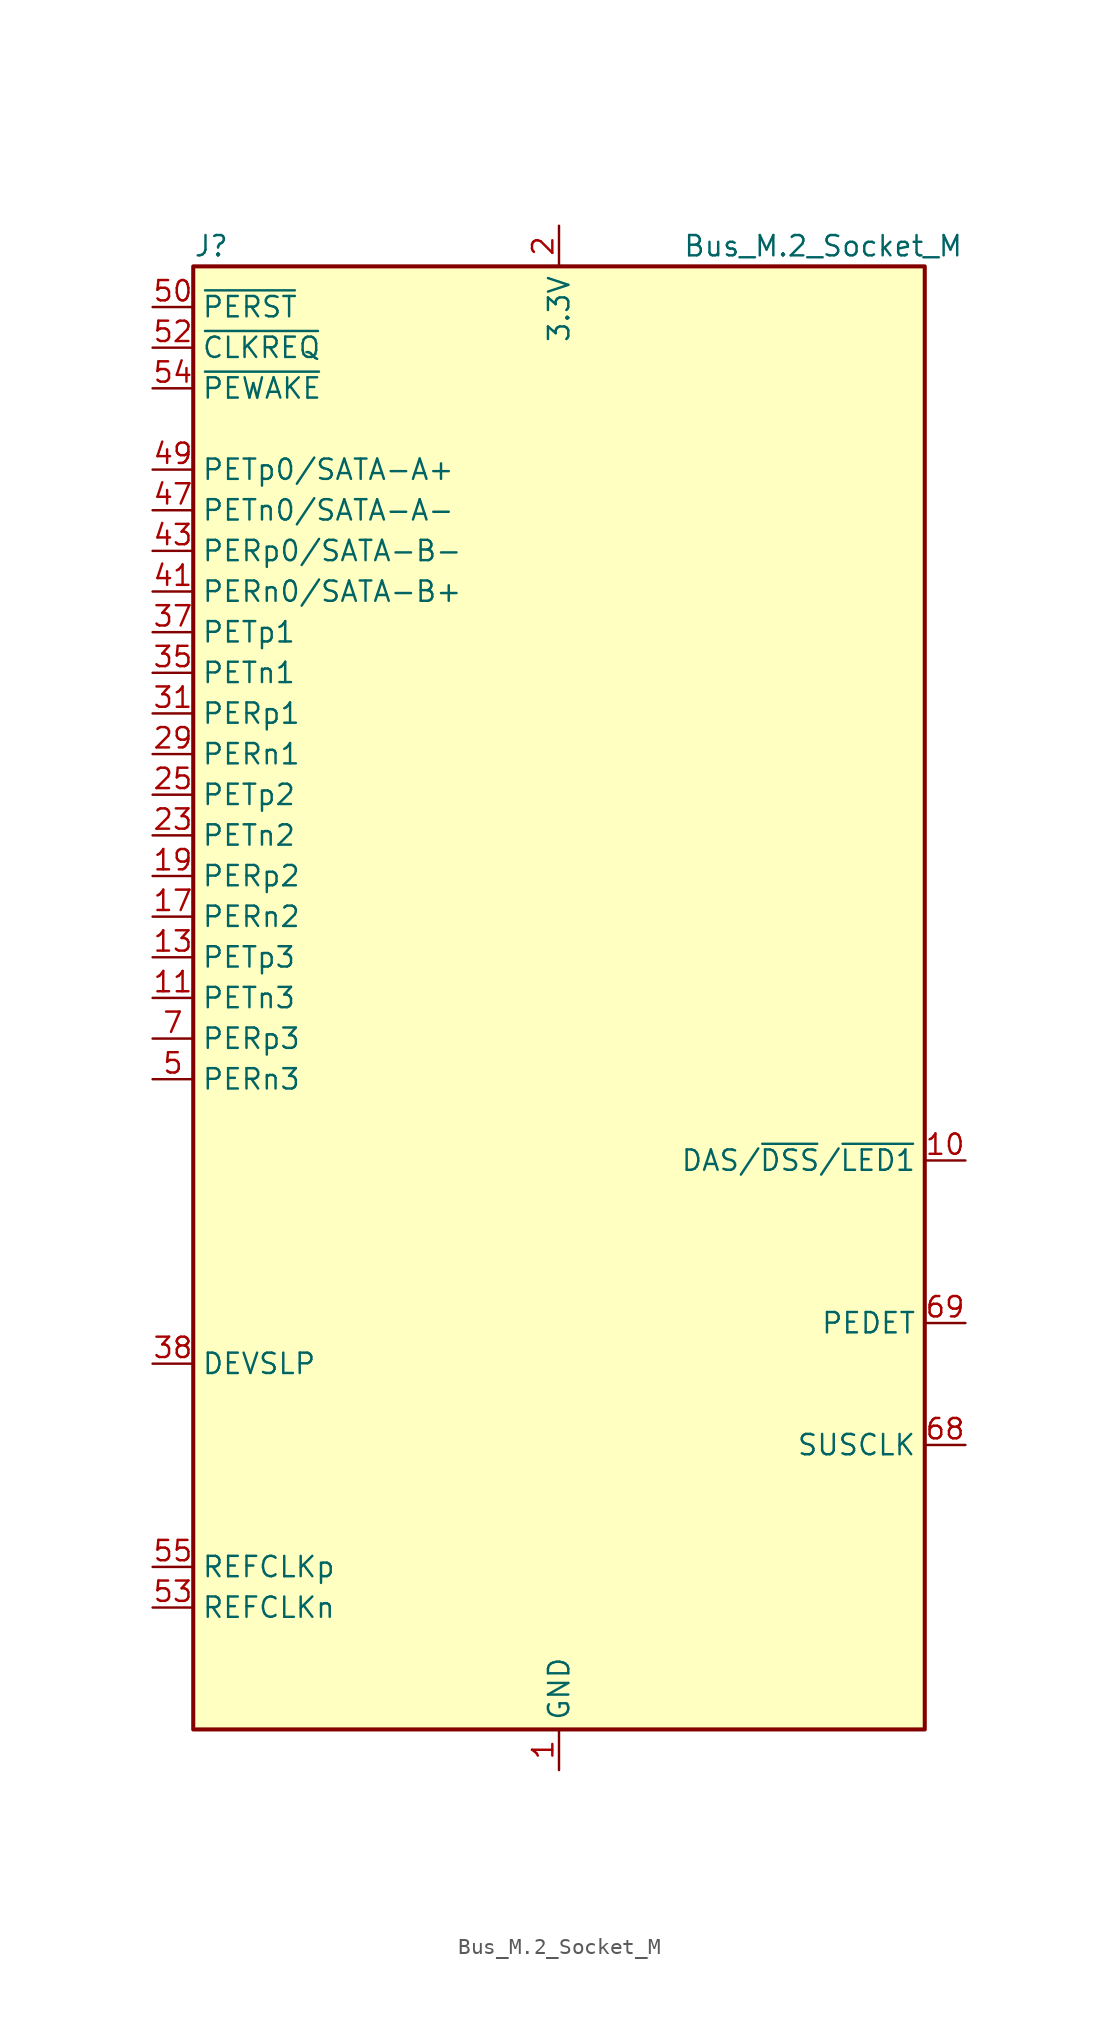
<source format=kicad_sym>
(kicad_symbol_lib
  (version 20220914)
  (generator kicad_symbol_editor)
  (symbol "Bus_M.2_Socket_M"
    (property "Reference" "J"
      (at -22.86 46.99 0)
      (effects (font (size 1.27 1.27)) (justify left)))
    (property "Value" "Bus_M.2_Socket_M"
      (at 16.51 46.99 0)
      (effects (font (size 1.27 1.27))))
    (symbol "Bus_M.2_Socket_M_0_1"
      (rectangle (start -22.86 45.72) (end 22.86 -45.72) (stroke (width 0.254) (type solid)) (fill (type background))))
    (symbol "Bus_M.2_Socket_M_1_1"
      (pin power_in line (at 0 -48.26 90) (length 2.54) (name "GND" (effects (font (size 1.27 1.27)))) (number "1" (effects (font (size 1.27 1.27)))))
      (pin bidirectional line (at 25.4 -10.16 180) (length 2.54) (name "DAS/~{DSS}/~{LED1}" (effects (font (size 1.27 1.27)))) (number "10" (effects (font (size 1.27 1.27)))))
      (pin output line (at -25.4 0 0) (length 2.54) (name "PETn3" (effects (font (size 1.27 1.27)))) (number "11" (effects (font (size 1.27 1.27)))))
      (pin passive line (at 0 48.26 270) (length 2.54) hide (name "3.3V" (effects (font (size 1.27 1.27)))) (number "12" (effects (font (size 1.27 1.27)))))
      (pin output line (at -25.4 2.54 0) (length 2.54) (name "PETp3" (effects (font (size 1.27 1.27)))) (number "13" (effects (font (size 1.27 1.27)))))
      (pin passive line (at 0 48.26 270) (length 2.54) hide (name "3.3V" (effects (font (size 1.27 1.27)))) (number "14" (effects (font (size 1.27 1.27)))))
      (pin passive line (at 0 -48.26 90) (length 2.54) hide (name "GND" (effects (font (size 1.27 1.27)))) (number "15" (effects (font (size 1.27 1.27)))))
      (pin passive line (at 0 48.26 270) (length 2.54) hide (name "3.3V" (effects (font (size 1.27 1.27)))) (number "16" (effects (font (size 1.27 1.27)))))
      (pin input line (at -25.4 5.08 0) (length 2.54) (name "PERn2" (effects (font (size 1.27 1.27)))) (number "17" (effects (font (size 1.27 1.27)))))
      (pin passive line (at 0 48.26 270) (length 2.54) hide (name "3.3V" (effects (font (size 1.27 1.27)))) (number "18" (effects (font (size 1.27 1.27)))))
      (pin input line (at -25.4 7.62 0) (length 2.54) (name "PERp2" (effects (font (size 1.27 1.27)))) (number "19" (effects (font (size 1.27 1.27)))))
      (pin power_in line (at 0 48.26 270) (length 2.54) (name "3.3V" (effects (font (size 1.27 1.27)))) (number "2" (effects (font (size 1.27 1.27)))))
      (pin no_connect line (at 22.86 2.54 180) (length 2.54) hide (name "NC" (effects (font (size 1.27 1.27)))) (number "20" (effects (font (size 1.27 1.27)))))
      (pin passive line (at 0 -48.26 90) (length 2.54) hide (name "GND" (effects (font (size 1.27 1.27)))) (number "21" (effects (font (size 1.27 1.27)))))
      (pin no_connect line (at 22.86 5.08 180) (length 2.54) hide (name "NC" (effects (font (size 1.27 1.27)))) (number "22" (effects (font (size 1.27 1.27)))))
      (pin output line (at -25.4 10.16 0) (length 2.54) (name "PETn2" (effects (font (size 1.27 1.27)))) (number "23" (effects (font (size 1.27 1.27)))))
      (pin no_connect line (at 22.86 7.62 180) (length 2.54) hide (name "NC" (effects (font (size 1.27 1.27)))) (number "24" (effects (font (size 1.27 1.27)))))
      (pin output line (at -25.4 12.7 0) (length 2.54) (name "PETp2" (effects (font (size 1.27 1.27)))) (number "25" (effects (font (size 1.27 1.27)))))
      (pin no_connect line (at 22.86 10.16 180) (length 2.54) hide (name "NC" (effects (font (size 1.27 1.27)))) (number "26" (effects (font (size 1.27 1.27)))))
      (pin passive line (at 0 -48.26 90) (length 2.54) hide (name "GND" (effects (font (size 1.27 1.27)))) (number "27" (effects (font (size 1.27 1.27)))))
      (pin no_connect line (at 22.86 12.7 180) (length 2.54) hide (name "NC" (effects (font (size 1.27 1.27)))) (number "28" (effects (font (size 1.27 1.27)))))
      (pin input line (at -25.4 15.24 0) (length 2.54) (name "PERn1" (effects (font (size 1.27 1.27)))) (number "29" (effects (font (size 1.27 1.27)))))
      (pin passive line (at 0 -48.26 90) (length 2.54) hide (name "GND" (effects (font (size 1.27 1.27)))) (number "3" (effects (font (size 1.27 1.27)))))
      (pin no_connect line (at 22.86 15.24 180) (length 2.54) hide (name "NC" (effects (font (size 1.27 1.27)))) (number "30" (effects (font (size 1.27 1.27)))))
      (pin input line (at -25.4 17.78 0) (length 2.54) (name "PERp1" (effects (font (size 1.27 1.27)))) (number "31" (effects (font (size 1.27 1.27)))))
      (pin no_connect line (at 22.86 17.78 180) (length 2.54) hide (name "NC" (effects (font (size 1.27 1.27)))) (number "32" (effects (font (size 1.27 1.27)))))
      (pin passive line (at 0 -48.26 90) (length 2.54) hide (name "GND" (effects (font (size 1.27 1.27)))) (number "33" (effects (font (size 1.27 1.27)))))
      (pin no_connect line (at 22.86 20.32 180) (length 2.54) hide (name "NC" (effects (font (size 1.27 1.27)))) (number "34" (effects (font (size 1.27 1.27)))))
      (pin output line (at -25.4 20.32 0) (length 2.54) (name "PETn1" (effects (font (size 1.27 1.27)))) (number "35" (effects (font (size 1.27 1.27)))))
      (pin no_connect line (at 22.86 22.86 180) (length 2.54) hide (name "NC" (effects (font (size 1.27 1.27)))) (number "36" (effects (font (size 1.27 1.27)))))
      (pin output line (at -25.4 22.86 0) (length 2.54) (name "PETp1" (effects (font (size 1.27 1.27)))) (number "37" (effects (font (size 1.27 1.27)))))
      (pin output line (at -25.4 -22.86 0) (length 2.54) (name "DEVSLP" (effects (font (size 1.27 1.27)))) (number "38" (effects (font (size 1.27 1.27)))))
      (pin passive line (at 0 -48.26 90) (length 2.54) hide (name "GND" (effects (font (size 1.27 1.27)))) (number "39" (effects (font (size 1.27 1.27)))))
      (pin passive line (at 0 48.26 270) (length 2.54) hide (name "3.3V" (effects (font (size 1.27 1.27)))) (number "4" (effects (font (size 1.27 1.27)))))
      (pin no_connect line (at 22.86 25.4 180) (length 2.54) hide (name "NC" (effects (font (size 1.27 1.27)))) (number "40" (effects (font (size 1.27 1.27)))))
      (pin input line (at -25.4 25.4 0) (length 2.54) (name "PERn0/SATA-B+" (effects (font (size 1.27 1.27)))) (number "41" (effects (font (size 1.27 1.27)))))
      (pin no_connect line (at 22.86 27.94 180) (length 2.54) hide (name "NC" (effects (font (size 1.27 1.27)))) (number "42" (effects (font (size 1.27 1.27)))))
      (pin input line (at -25.4 27.94 0) (length 2.54) (name "PERp0/SATA-B-" (effects (font (size 1.27 1.27)))) (number "43" (effects (font (size 1.27 1.27)))))
      (pin no_connect line (at 22.86 30.48 180) (length 2.54) hide (name "NC" (effects (font (size 1.27 1.27)))) (number "44" (effects (font (size 1.27 1.27)))))
      (pin passive line (at 0 -48.26 90) (length 2.54) hide (name "GND" (effects (font (size 1.27 1.27)))) (number "45" (effects (font (size 1.27 1.27)))))
      (pin no_connect line (at 22.86 33.02 180) (length 2.54) hide (name "NC" (effects (font (size 1.27 1.27)))) (number "46" (effects (font (size 1.27 1.27)))))
      (pin output line (at -25.4 30.48 0) (length 2.54) (name "PETn0/SATA-A-" (effects (font (size 1.27 1.27)))) (number "47" (effects (font (size 1.27 1.27)))))
      (pin no_connect line (at 22.86 35.56 180) (length 2.54) hide (name "NC" (effects (font (size 1.27 1.27)))) (number "48" (effects (font (size 1.27 1.27)))))
      (pin output line (at -25.4 33.02 0) (length 2.54) (name "PETp0/SATA-A+" (effects (font (size 1.27 1.27)))) (number "49" (effects (font (size 1.27 1.27)))))
      (pin input line (at -25.4 -5.08 0) (length 2.54) (name "PERn3" (effects (font (size 1.27 1.27)))) (number "5" (effects (font (size 1.27 1.27)))))
      (pin output line (at -25.4 43.18 0) (length 2.54) (name "~{PERST}" (effects (font (size 1.27 1.27)))) (number "50" (effects (font (size 1.27 1.27)))))
      (pin passive line (at 0 -48.26 90) (length 2.54) hide (name "GND" (effects (font (size 1.27 1.27)))) (number "51" (effects (font (size 1.27 1.27)))))
      (pin bidirectional line (at -25.4 40.64 0) (length 2.54) (name "~{CLKREQ}" (effects (font (size 1.27 1.27)))) (number "52" (effects (font (size 1.27 1.27)))))
      (pin output line (at -25.4 -38.1 0) (length 2.54) (name "REFCLKn" (effects (font (size 1.27 1.27)))) (number "53" (effects (font (size 1.27 1.27)))))
      (pin bidirectional line (at -25.4 38.1 0) (length 2.54) (name "~{PEWAKE}" (effects (font (size 1.27 1.27)))) (number "54" (effects (font (size 1.27 1.27)))))
      (pin output line (at -25.4 -35.56 0) (length 2.54) (name "REFCLKp" (effects (font (size 1.27 1.27)))) (number "55" (effects (font (size 1.27 1.27)))))
      (pin no_connect line (at 22.86 38.1 180) (length 2.54) hide (name "NC" (effects (font (size 1.27 1.27)))) (number "56" (effects (font (size 1.27 1.27)))))
      (pin passive line (at 0 -48.26 90) (length 2.54) hide (name "GND" (effects (font (size 1.27 1.27)))) (number "57" (effects (font (size 1.27 1.27)))))
      (pin no_connect line (at 22.86 40.64 180) (length 2.54) hide (name "NC" (effects (font (size 1.27 1.27)))) (number "58" (effects (font (size 1.27 1.27)))))
      (pin no_connect line (at 22.86 -2.54 180) (length 2.54) hide (name "NC" (effects (font (size 1.27 1.27)))) (number "6" (effects (font (size 1.27 1.27)))))
      (pin no_connect line (at 22.86 -5.08 180) (length 2.54) hide (name "NC" (effects (font (size 1.27 1.27)))) (number "67" (effects (font (size 1.27 1.27)))))
      (pin output line (at 25.4 -27.94 180) (length 2.54) (name "SUSCLK" (effects (font (size 1.27 1.27)))) (number "68" (effects (font (size 1.27 1.27)))))
      (pin passive line (at 25.4 -20.32 180) (length 2.54) (name "PEDET" (effects (font (size 1.27 1.27)))) (number "69" (effects (font (size 1.27 1.27)))))
      (pin input line (at -25.4 -2.54 0) (length 2.54) (name "PERp3" (effects (font (size 1.27 1.27)))) (number "7" (effects (font (size 1.27 1.27)))))
      (pin passive line (at 0 48.26 270) (length 2.54) hide (name "3.3V" (effects (font (size 1.27 1.27)))) (number "70" (effects (font (size 1.27 1.27)))))
      (pin passive line (at 0 -48.26 90) (length 2.54) hide (name "GND" (effects (font (size 1.27 1.27)))) (number "71" (effects (font (size 1.27 1.27)))))
      (pin passive line (at 0 48.26 270) (length 2.54) hide (name "3.3V" (effects (font (size 1.27 1.27)))) (number "72" (effects (font (size 1.27 1.27)))))
      (pin passive line (at 0 -48.26 90) (length 2.54) hide (name "GND" (effects (font (size 1.27 1.27)))) (number "73" (effects (font (size 1.27 1.27)))))
      (pin passive line (at 0 48.26 270) (length 2.54) hide (name "3.3V" (effects (font (size 1.27 1.27)))) (number "74" (effects (font (size 1.27 1.27)))))
      (pin passive line (at 0 -48.26 90) (length 2.54) hide (name "GND" (effects (font (size 1.27 1.27)))) (number "75" (effects (font (size 1.27 1.27)))))
      (pin no_connect line (at 22.86 0 180) (length 2.54) hide (name "NC" (effects (font (size 1.27 1.27)))) (number "8" (effects (font (size 1.27 1.27)))))
      (pin passive line (at 0 -48.26 90) (length 2.54) hide (name "GND" (effects (font (size 1.27 1.27)))) (number "9" (effects (font (size 1.27 1.27))))))))
</source>
